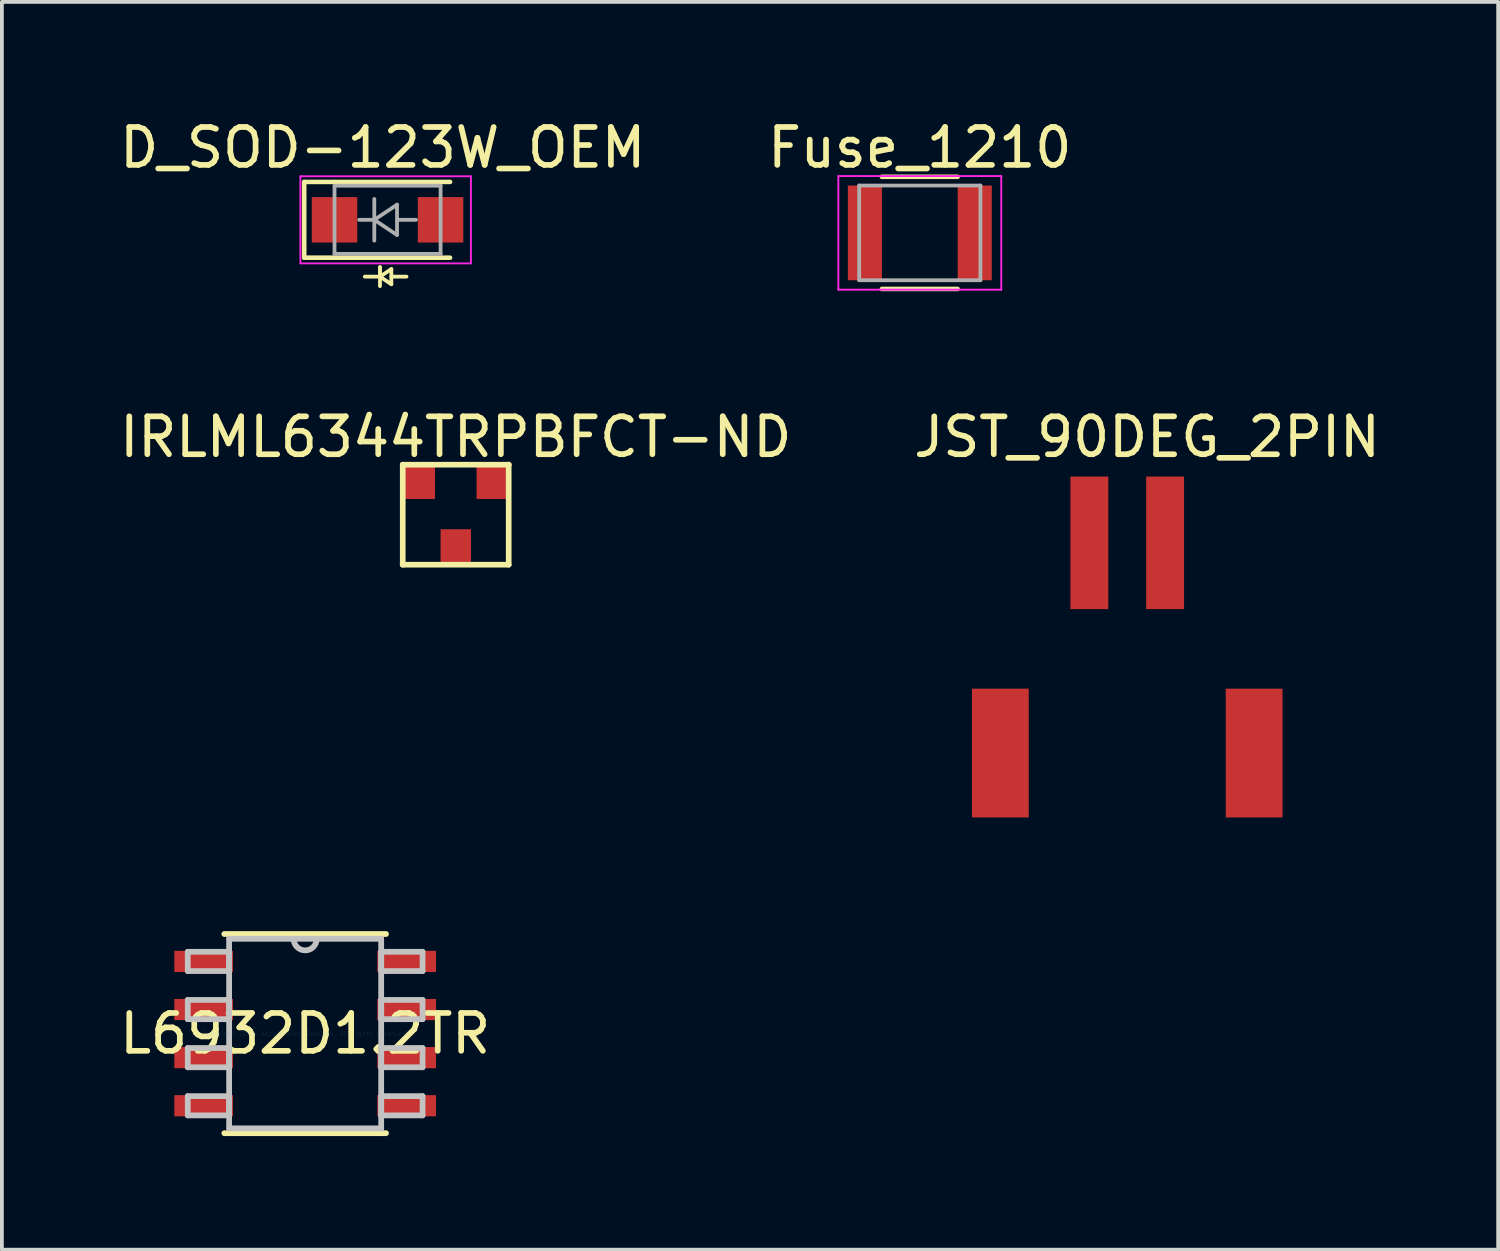
<source format=kicad_pcb>
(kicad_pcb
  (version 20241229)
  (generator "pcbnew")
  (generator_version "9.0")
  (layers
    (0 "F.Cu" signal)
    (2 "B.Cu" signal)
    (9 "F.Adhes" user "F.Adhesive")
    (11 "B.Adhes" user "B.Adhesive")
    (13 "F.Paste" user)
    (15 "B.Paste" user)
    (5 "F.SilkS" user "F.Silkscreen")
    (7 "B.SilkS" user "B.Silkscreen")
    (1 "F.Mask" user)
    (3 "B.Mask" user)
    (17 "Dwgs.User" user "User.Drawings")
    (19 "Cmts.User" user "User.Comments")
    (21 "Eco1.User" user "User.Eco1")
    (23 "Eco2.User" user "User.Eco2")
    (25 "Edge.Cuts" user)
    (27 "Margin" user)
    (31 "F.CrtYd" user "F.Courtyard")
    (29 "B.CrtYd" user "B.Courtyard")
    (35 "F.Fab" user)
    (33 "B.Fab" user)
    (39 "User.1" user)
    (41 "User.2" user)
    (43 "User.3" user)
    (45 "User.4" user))
  (footprint "Fuse_1210"
    (layer "F.Cu")
    (at 21.232 3.098)
    (property "Reference" "Fuse_1210" (at 0 -2.25 0) (layer "F.SilkS") (effects (font (size 1 1) (thickness 0.15))))
    (attr smd)
    (fp_line (start -1 -1.48) (end 1 -1.48) (stroke (width 0.12) (type solid)) (layer "F.SilkS"))
    (fp_line (start 1 1.48) (end -1 1.48) (stroke (width 0.12) (type solid)) (layer "F.SilkS"))
    (fp_line (start -2.15 -1.5) (end -2.15 1.5) (stroke (width 0.05) (type solid)) (layer "F.CrtYd"))
    (fp_line (start -2.15 -1.5) (end 2.15 -1.5) (stroke (width 0.05) (type solid)) (layer "F.CrtYd"))
    (fp_line (start 2.15 1.5) (end -2.15 1.5) (stroke (width 0.05) (type solid)) (layer "F.CrtYd"))
    (fp_line (start 2.15 1.5) (end 2.15 -1.5) (stroke (width 0.05) (type solid)) (layer "F.CrtYd"))
    (fp_line (start -1.6 -1.25) (end 1.6 -1.25) (stroke (width 0.1) (type solid)) (layer "F.Fab"))
    (fp_line (start -1.6 1.25) (end -1.6 -1.25) (stroke (width 0.1) (type solid)) (layer "F.Fab"))
    (fp_line (start 1.6 -1.25) (end 1.6 1.25) (stroke (width 0.1) (type solid)) (layer "F.Fab"))
    (fp_line (start 1.6 1.25) (end -1.6 1.25) (stroke (width 0.1) (type solid)) (layer "F.Fab"))
    (pad "1" smd rect (at -1.45 0) (size 0.9 2.5) (layers "F.Cu" "F.Mask" "F.Paste"))
    (pad "2" smd rect (at 1.45 0) (size 0.9 2.5) (layers "F.Cu" "F.Mask" "F.Paste")))
  (footprint "JST_90DEG_2PIN"
    (layer "F.Cu")
    (at 25.708 11.28)
    (property "Reference" "JST_90DEG_2PIN" (at 1.524 -2.794 0) (layer "F.SilkS") (effects (font (size 1 1) (thickness 0.15))))
    (attr through_hole)
    (pad "" smd rect (at -2.35 5.55) (size 1.5 3.4) (layers "F.Cu" "F.Mask" "F.Paste"))
    (pad "" smd rect (at 4.35 5.55) (size 1.5 3.4) (layers "F.Cu" "F.Mask" "F.Paste"))
    (pad "1" smd rect (at 0 0) (size 1 3.5) (layers "F.Cu" "F.Mask" "F.Paste"))
    (pad "2" smd rect (at 2 0) (size 1 3.5) (layers "F.Cu" "F.Mask" "F.Paste")))
  (footprint "D_SOD-123W_OEM"
    (layer "F.Cu")
    (at 7.181 2.753)
    (property "Reference" "D_SOD-123W_OEM" (at -0.127 -1.905 0) (layer "F.SilkS") (effects (font (size 1 1) (thickness 0.15))))
    (attr smd)
    (fp_line (start -2.2 -1) (end -2.2 1) (stroke (width 0.12) (type solid)) (layer "F.SilkS"))
    (fp_line (start -2.2 -1) (end 1.65 -1) (stroke (width 0.12) (type solid)) (layer "F.SilkS"))
    (fp_line (start -2.2 1) (end 1.65 1) (stroke (width 0.12) (type solid)) (layer "F.SilkS"))
    (fp_line (start -0.6 1.5) (end -0.2 1.5) (stroke (width 0.1) (type solid)) (layer "F.SilkS"))
    (fp_line (start -0.2 1.25) (end -0.2 1.75) (stroke (width 0.1) (type solid)) (layer "F.SilkS"))
    (fp_line (start -0.2 1.5) (end -0.2 1.25) (stroke (width 0.1) (type solid)) (layer "F.SilkS"))
    (fp_line (start -0.2 1.5) (end 0.1 1.3) (stroke (width 0.1) (type solid)) (layer "F.SilkS"))
    (fp_line (start 0.1 1.3) (end 0.1 1.7) (stroke (width 0.1) (type solid)) (layer "F.SilkS"))
    (fp_line (start 0.1 1.5) (end 0.5 1.5) (stroke (width 0.1) (type solid)) (layer "F.SilkS"))
    (fp_line (start 0.1 1.7) (end -0.2 1.5) (stroke (width 0.1) (type solid)) (layer "F.SilkS"))
    (fp_line (start -2.3 -1.15) (end -2.3 1.15) (stroke (width 0.05) (type solid)) (layer "F.CrtYd"))
    (fp_line (start -2.3 -1.15) (end 2.2 -1.15) (stroke (width 0.05) (type solid)) (layer "F.CrtYd"))
    (fp_line (start 2.2 -1.15) (end 2.2 1.15) (stroke (width 0.05) (type solid)) (layer "F.CrtYd"))
    (fp_line (start 2.2 1.15) (end -2.3 1.15) (stroke (width 0.05) (type solid)) (layer "F.CrtYd"))
    (fp_line (start -1.4 -0.9) (end 1.4 -0.9) (stroke (width 0.1) (type solid)) (layer "F.Fab"))
    (fp_line (start -1.4 0.9) (end -1.4 -0.9) (stroke (width 0.1) (type solid)) (layer "F.Fab"))
    (fp_line (start -0.75 0) (end -0.35 0) (stroke (width 0.1) (type solid)) (layer "F.Fab"))
    (fp_line (start -0.35 0) (end -0.35 -0.55) (stroke (width 0.1) (type solid)) (layer "F.Fab"))
    (fp_line (start -0.35 0) (end -0.35 0.55) (stroke (width 0.1) (type solid)) (layer "F.Fab"))
    (fp_line (start -0.35 0) (end 0.25 -0.4) (stroke (width 0.1) (type solid)) (layer "F.Fab"))
    (fp_line (start 0.25 -0.4) (end 0.25 0.4) (stroke (width 0.1) (type solid)) (layer "F.Fab"))
    (fp_line (start 0.25 0) (end 0.75 0) (stroke (width 0.1) (type solid)) (layer "F.Fab"))
    (fp_line (start 0.25 0.4) (end -0.35 0) (stroke (width 0.1) (type solid)) (layer "F.Fab"))
    (fp_line (start 1.4 -0.9) (end 1.4 0.9) (stroke (width 0.1) (type solid)) (layer "F.Fab"))
    (fp_line (start 1.4 0.9) (end -1.4 0.9) (stroke (width 0.1) (type solid)) (layer "F.Fab"))
    (pad "1" smd rect (at -1.4 0) (size 1.2 1.2) (layers "F.Cu" "F.Mask" "F.Paste"))
    (pad "2" smd rect (at 1.4 0) (size 1.2 1.2) (layers "F.Cu" "F.Mask" "F.Paste")))
  (footprint "L6932D1.2TR"
    (layer "F.Cu")
    (at 5.006 24.236)
    (property "Reference" "L6932D1.2TR" (at 0 0 0) (layer "F.SilkS") (effects (font (size 1 1) (thickness 0.15))))
    (attr through_hole)
    (fp_line (start -2.134 2.629) (end 2.134 2.629) (stroke (width 0.152) (type solid)) (layer "F.SilkS"))
    (fp_line (start 2.134 -2.629) (end -2.134 -2.629) (stroke (width 0.152) (type solid)) (layer "F.SilkS"))
    (fp_line (start -3.099 -2.159) (end -3.099 -1.651) (stroke (width 0.152) (type solid)) (layer "Dwgs.User"))
    (fp_line (start -3.099 -1.651) (end -2.007 -1.651) (stroke (width 0.152) (type solid)) (layer "Dwgs.User"))
    (fp_line (start -3.099 -0.889) (end -3.099 -0.381) (stroke (width 0.152) (type solid)) (layer "Dwgs.User"))
    (fp_line (start -3.099 -0.381) (end -2.007 -0.381) (stroke (width 0.152) (type solid)) (layer "Dwgs.User"))
    (fp_line (start -3.099 0.381) (end -3.099 0.889) (stroke (width 0.152) (type solid)) (layer "Dwgs.User"))
    (fp_line (start -3.099 0.889) (end -2.007 0.889) (stroke (width 0.152) (type solid)) (layer "Dwgs.User"))
    (fp_line (start -3.099 1.651) (end -3.099 2.159) (stroke (width 0.152) (type solid)) (layer "Dwgs.User"))
    (fp_line (start -3.099 2.159) (end -2.007 2.159) (stroke (width 0.152) (type solid)) (layer "Dwgs.User"))
    (fp_line (start -2.007 -2.502) (end -2.007 2.502) (stroke (width 0.152) (type solid)) (layer "Dwgs.User"))
    (fp_line (start -2.007 -2.159) (end -3.099 -2.159) (stroke (width 0.152) (type solid)) (layer "Dwgs.User"))
    (fp_line (start -2.007 -1.651) (end -2.007 -2.159) (stroke (width 0.152) (type solid)) (layer "Dwgs.User"))
    (fp_line (start -2.007 -0.889) (end -3.099 -0.889) (stroke (width 0.152) (type solid)) (layer "Dwgs.User"))
    (fp_line (start -2.007 -0.381) (end -2.007 -0.889) (stroke (width 0.152) (type solid)) (layer "Dwgs.User"))
    (fp_line (start -2.007 0.381) (end -3.099 0.381) (stroke (width 0.152) (type solid)) (layer "Dwgs.User"))
    (fp_line (start -2.007 0.889) (end -2.007 0.381) (stroke (width 0.152) (type solid)) (layer "Dwgs.User"))
    (fp_line (start -2.007 1.651) (end -3.099 1.651) (stroke (width 0.152) (type solid)) (layer "Dwgs.User"))
    (fp_line (start -2.007 2.159) (end -2.007 1.651) (stroke (width 0.152) (type solid)) (layer "Dwgs.User"))
    (fp_line (start -2.007 2.502) (end 2.007 2.502) (stroke (width 0.152) (type solid)) (layer "Dwgs.User"))
    (fp_line (start 2.007 -2.502) (end -2.007 -2.502) (stroke (width 0.152) (type solid)) (layer "Dwgs.User"))
    (fp_line (start 2.007 -2.159) (end 2.007 -1.651) (stroke (width 0.152) (type solid)) (layer "Dwgs.User"))
    (fp_line (start 2.007 -1.651) (end 3.099 -1.651) (stroke (width 0.152) (type solid)) (layer "Dwgs.User"))
    (fp_line (start 2.007 -0.889) (end 2.007 -0.381) (stroke (width 0.152) (type solid)) (layer "Dwgs.User"))
    (fp_line (start 2.007 -0.381) (end 3.099 -0.381) (stroke (width 0.152) (type solid)) (layer "Dwgs.User"))
    (fp_line (start 2.007 0.381) (end 2.007 0.889) (stroke (width 0.152) (type solid)) (layer "Dwgs.User"))
    (fp_line (start 2.007 0.889) (end 3.099 0.889) (stroke (width 0.152) (type solid)) (layer "Dwgs.User"))
    (fp_line (start 2.007 1.651) (end 2.007 2.159) (stroke (width 0.152) (type solid)) (layer "Dwgs.User"))
    (fp_line (start 2.007 2.159) (end 3.099 2.159) (stroke (width 0.152) (type solid)) (layer "Dwgs.User"))
    (fp_line (start 2.007 2.502) (end 2.007 -2.502) (stroke (width 0.152) (type solid)) (layer "Dwgs.User"))
    (fp_line (start 3.099 -2.159) (end 2.007 -2.159) (stroke (width 0.152) (type solid)) (layer "Dwgs.User"))
    (fp_line (start 3.099 -1.651) (end 3.099 -2.159) (stroke (width 0.152) (type solid)) (layer "Dwgs.User"))
    (fp_line (start 3.099 -0.889) (end 2.007 -0.889) (stroke (width 0.152) (type solid)) (layer "Dwgs.User"))
    (fp_line (start 3.099 -0.381) (end 3.099 -0.889) (stroke (width 0.152) (type solid)) (layer "Dwgs.User"))
    (fp_line (start 3.099 0.381) (end 2.007 0.381) (stroke (width 0.152) (type solid)) (layer "Dwgs.User"))
    (fp_line (start 3.099 0.889) (end 3.099 0.381) (stroke (width 0.152) (type solid)) (layer "Dwgs.User"))
    (fp_line (start 3.099 1.651) (end 2.007 1.651) (stroke (width 0.152) (type solid)) (layer "Dwgs.User"))
    (fp_line (start 3.099 2.159) (end 3.099 1.651) (stroke (width 0.152) (type solid)) (layer "Dwgs.User"))
    (fp_arc (start 0.3048 -2.5019) (mid 0 -2.1971) (end -0.3048 -2.5019) (stroke (width 0.1524) (type solid)) (layer "Dwgs.User"))
    (fp_text user "Copyright 2016 Accelerated Designs. All rights reserved." (at 0 0 0) (layer "Cmts.User") (effects (font (size 0.127 0.127) (thickness 0.002))))
    (pad "1" smd rect (at -2.68 -1.905) (size 1.549 0.559) (layers "F.Cu" "F.Mask" "F.Paste"))
    (pad "2" smd rect (at -2.68 -0.635) (size 1.549 0.559) (layers "F.Cu" "F.Mask" "F.Paste"))
    (pad "3" smd rect (at -2.68 0.635) (size 1.549 0.559) (layers "F.Cu" "F.Mask" "F.Paste"))
    (pad "4" smd rect (at -2.68 1.905) (size 1.549 0.559) (layers "F.Cu" "F.Mask" "F.Paste"))
    (pad "5" smd rect (at 2.68 1.905) (size 1.549 0.559) (layers "F.Cu" "F.Mask" "F.Paste"))
    (pad "6" smd rect (at 2.68 0.635) (size 1.549 0.559) (layers "F.Cu" "F.Mask" "F.Paste"))
    (pad "7" smd rect (at 2.68 -0.635) (size 1.549 0.559) (layers "F.Cu" "F.Mask" "F.Paste"))
    (pad "8" smd rect (at 2.68 -1.905) (size 1.549 0.559) (layers "F.Cu" "F.Mask" "F.Paste")))
  (footprint "IRLML6344TRPBFCT-ND"
    (layer "F.Cu")
    (at 8.032 9.637)
    (property "Reference" "IRLML6344TRPBFCT-ND" (at 0.95 -1.151 0) (layer "F.SilkS") (effects (font (size 1 1) (thickness 0.15))))
    (attr through_hole)
    (fp_line (start -0.452 2.22) (end 2.347 2.22) (stroke (width 0.15) (type solid)) (layer "F.SilkS"))
    (fp_line (start -0.45 -0.419) (end -0.45 2.221) (stroke (width 0.15) (type solid)) (layer "F.SilkS"))
    (fp_line (start -0.45 -0.419) (end 2.35 -0.419) (stroke (width 0.15) (type solid)) (layer "F.SilkS"))
    (fp_line (start 2.347 -0.422) (end 2.347 2.22) (stroke (width 0.15) (type solid)) (layer "F.SilkS"))
    (pad "1" smd rect (at 1.9 0) (size 0.802 0.972) (layers "F.Cu" "F.Mask" "F.Paste"))
    (pad "2" smd rect (at 0 0) (size 0.802 0.972) (layers "F.Cu" "F.Mask" "F.Paste"))
    (pad "3" smd rect (at 0.95 1.77) (size 0.802 0.972) (layers "F.Cu" "F.Mask" "F.Paste")))
  (gr_rect
    (start -3 -3)
    (end 36.5 29.941)
    (stroke (width 0.1) (type default))
    (fill no)
    (layer "Edge.Cuts")))
</source>
